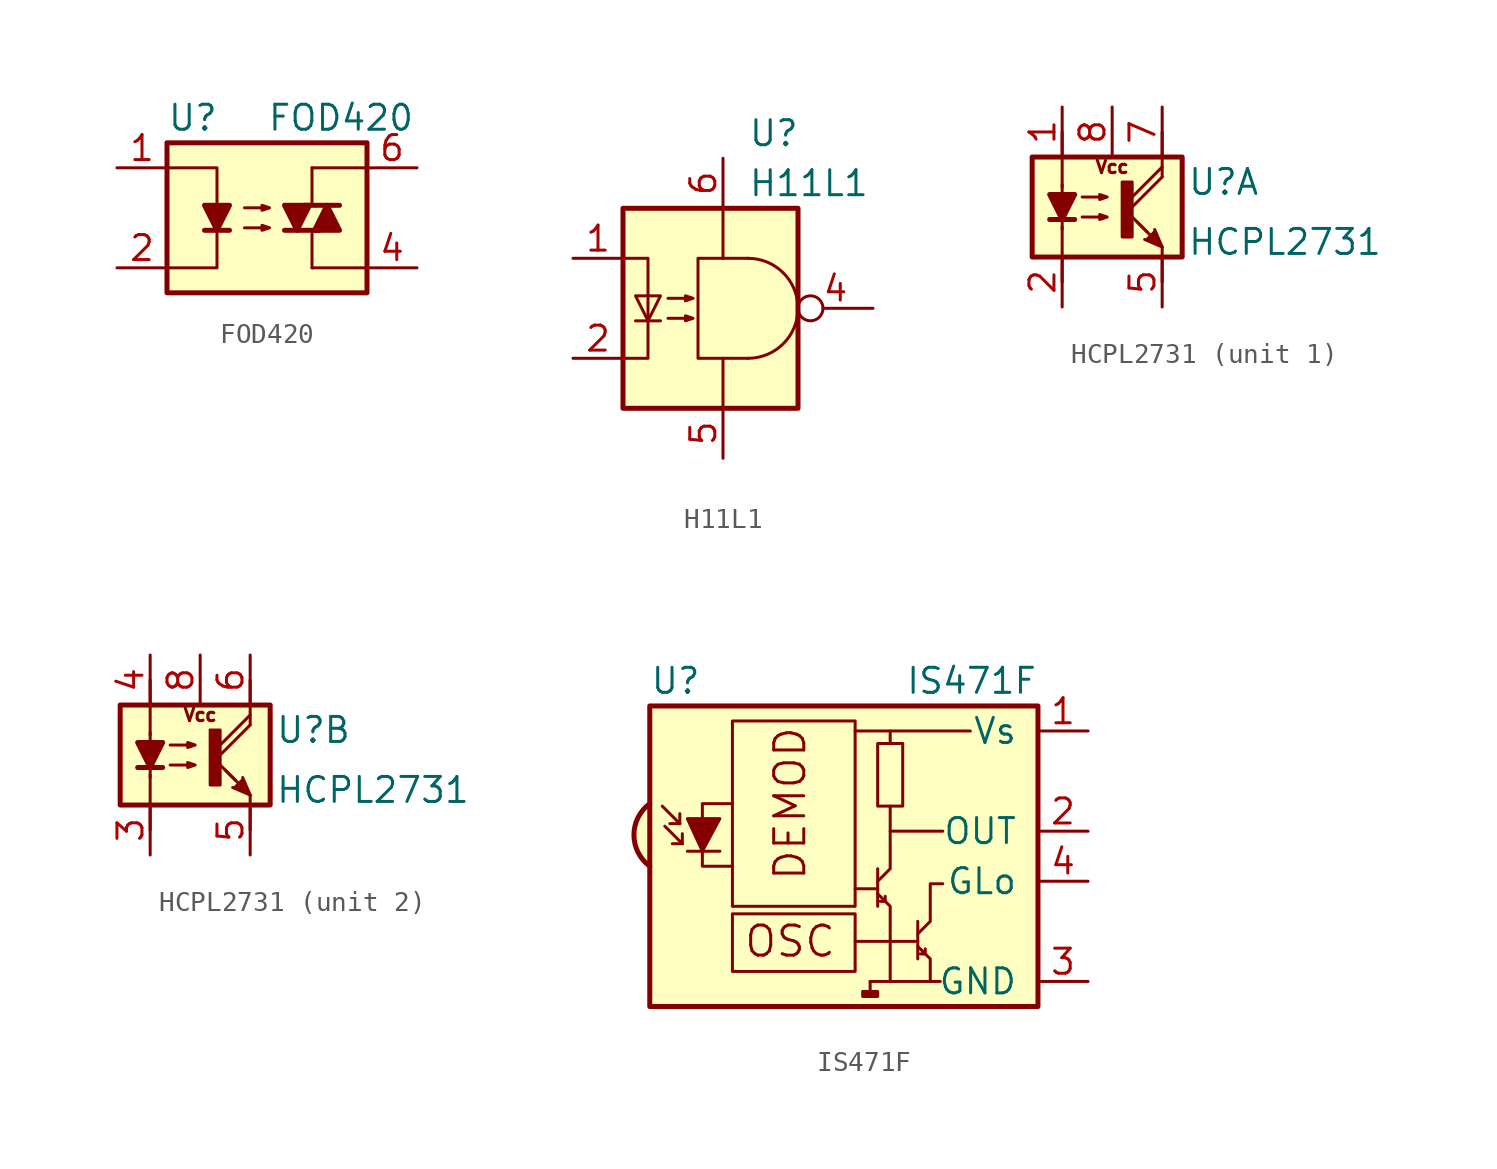
<source format=kicad_sym>
(kicad_symbol_lib
  (version 20211014)
  (generator kicad_symbol_editor)
  (symbol "FOD420"
    (pin_names
      (offset 1.016))
    (property "Reference" "U"
      (at -5.08 5.08 0)
      (effects (font (size 1.27 1.27)) (justify left)))
    (property "Value" "FOD420"
      (at 0 5.08 0)
      (effects (font (size 1.27 1.27)) (justify left)))
    (symbol "FOD420_0_1"
      (rectangle (start -5.08 3.81) (end 5.08 -3.81) (stroke (width 0.254) (type default) (color 0 0 0 0)) (fill (type background)))
      (polyline (pts (xy -3.175 -0.635) (xy -1.905 -0.635)) (stroke (width 0.254) (type default) (color 0 0 0 0)) (fill (type none)))
      (polyline (pts (xy 1.905 0.635) (xy 3.683 0.635)) (stroke (width 0.254) (type default) (color 0 0 0 0)) (fill (type none)))
      (polyline (pts (xy 2.286 -2.54) (xy 2.286 -0.635)) (stroke (width 0) (type default) (color 0 0 0 0)) (fill (type none)))
      (polyline (pts (xy 2.286 -2.54) (xy 5.08 -2.54)) (stroke (width 0) (type default) (color 0 0 0 0)) (fill (type none)))
      (polyline (pts (xy 2.286 2.54) (xy 2.286 0.635)) (stroke (width 0) (type default) (color 0 0 0 0)) (fill (type none)))
      (polyline (pts (xy 2.286 2.54) (xy 5.08 2.54)) (stroke (width 0) (type default) (color 0 0 0 0)) (fill (type none)))
      (polyline (pts (xy 2.667 -0.635) (xy 0.889 -0.635)) (stroke (width 0.254) (type default) (color 0 0 0 0)) (fill (type none)))
      (polyline (pts (xy -5.08 2.54) (xy -2.54 2.54) (xy -2.54 0.635)) (stroke (width 0) (type default) (color 0 0 0 0)) (fill (type none)))
      (polyline (pts (xy -2.54 -0.635) (xy -2.54 -2.54) (xy -5.08 -2.54)) (stroke (width 0) (type default) (color 0 0 0 0)) (fill (type none)))
      (polyline (pts (xy -2.54 -0.635) (xy -3.175 0.635) (xy -1.905 0.635) (xy -2.54 -0.635)) (stroke (width 0.254) (type default) (color 0 0 0 0)) (fill (type outline)))
      (polyline (pts (xy 1.524 -0.635) (xy 2.159 0.635) (xy 0.889 0.635) (xy 1.524 -0.635)) (stroke (width 0.254) (type default) (color 0 0 0 0)) (fill (type outline)))
      (polyline (pts (xy 3.048 0.635) (xy 2.413 -0.635) (xy 3.683 -0.635) (xy 3.048 0.635)) (stroke (width 0.254) (type default) (color 0 0 0 0)) (fill (type outline)))
      (polyline (pts (xy -1.143 -0.508) (xy 0.127 -0.508) (xy -0.254 -0.635) (xy -0.254 -0.381) (xy 0.127 -0.508)) (stroke (width 0) (type default) (color 0 0 0 0)) (fill (type none)))
      (polyline (pts (xy -1.143 0.508) (xy 0.127 0.508) (xy -0.254 0.381) (xy -0.254 0.635) (xy 0.127 0.508)) (stroke (width 0) (type default) (color 0 0 0 0)) (fill (type none))))
    (symbol "FOD420_1_1"
      (pin passive line (at -7.62 2.54 0) (length 2.54) (name "~" (effects (font (size 1.27 1.27)))) (number "1" (effects (font (size 1.27 1.27)))))
      (pin passive line (at -7.62 -2.54 0) (length 2.54) (name "~" (effects (font (size 1.27 1.27)))) (number "2" (effects (font (size 1.27 1.27)))))
      (pin no_connect line (at -7.62 0 0) (length 2.54) hide (name "NC" (effects (font (size 1.27 1.27)))) (number "3" (effects (font (size 1.27 1.27)))))
      (pin passive line (at 7.62 -2.54 180) (length 2.54) (name "~" (effects (font (size 1.27 1.27)))) (number "4" (effects (font (size 1.27 1.27)))))
      (pin no_connect line (at 7.62 0 180) (length 2.54) hide (name "NC" (effects (font (size 1.27 1.27)))) (number "5" (effects (font (size 1.27 1.27)))))
      (pin passive line (at 7.62 2.54 180) (length 2.54) (name "~" (effects (font (size 1.27 1.27)))) (number "6" (effects (font (size 1.27 1.27)))))))
  (symbol "H11L1"
    (pin_names
      (offset 1.016))
    (property "Reference" "U"
      (at 1.27 8.89 0)
      (effects (font (size 1.27 1.27)) (justify left)))
    (property "Value" "H11L1"
      (at 1.27 6.35 0)
      (effects (font (size 1.27 1.27)) (justify left)))
    (symbol "H11L1_0_1"
      (rectangle (start -5.08 5.08) (end 3.81 -5.08) (stroke (width 0.254) (type default) (color 0 0 0 0)) (fill (type background)))
      (polyline (pts (xy -4.445 -0.635) (xy -3.175 -0.635)) (stroke (width 0) (type default) (color 0 0 0 0)) (fill (type none)))
      (polyline (pts (xy 0 2.54) (xy 0 5.08)) (stroke (width 0) (type default) (color 0 0 0 0)) (fill (type none)))
      (polyline (pts (xy 0 -2.54) (xy 0 -5.08) (xy 0 -3.81)) (stroke (width 0) (type default) (color 0 0 0 0)) (fill (type none)))
      (polyline (pts (xy -5.08 -2.54) (xy -3.81 -2.54) (xy -3.81 2.54) (xy -5.08 2.54)) (stroke (width 0) (type default) (color 0 0 0 0)) (fill (type none)))
      (polyline (pts (xy -3.81 -0.635) (xy -4.445 0.635) (xy -3.175 0.635) (xy -3.81 -0.635)) (stroke (width 0) (type default) (color 0 0 0 0)) (fill (type none)))
      (polyline (pts (xy 1.27 -2.54) (xy -1.27 -2.54) (xy -1.27 2.54) (xy 1.27 2.54)) (stroke (width 0) (type default) (color 0 0 0 0)) (fill (type none)))
      (polyline (pts (xy -2.794 -0.508) (xy -1.524 -0.508) (xy -1.905 -0.635) (xy -1.905 -0.381) (xy -1.524 -0.508)) (stroke (width 0) (type default) (color 0 0 0 0)) (fill (type none)))
      (polyline (pts (xy -2.794 0.508) (xy -1.524 0.508) (xy -1.905 0.381) (xy -1.905 0.635) (xy -1.524 0.508)) (stroke (width 0) (type default) (color 0 0 0 0)) (fill (type none)))
      (arc (start 1.27 -2.54) (mid 3.81 0) (end 1.27 2.54) (stroke (width 0) (type default) (color 0 0 0 0)) (fill (type none))))
    (symbol "H11L1_1_1"
      (pin passive line (at -7.62 2.54 0) (length 2.54) (name "~" (effects (font (size 1.27 1.27)))) (number "1" (effects (font (size 1.27 1.27)))))
      (pin passive line (at -7.62 -2.54 0) (length 2.54) (name "~" (effects (font (size 1.27 1.27)))) (number "2" (effects (font (size 1.27 1.27)))))
      (pin no_connect line (at -7.62 0 0) (length 2.54) hide (name "~" (effects (font (size 1.27 1.27)))) (number "3" (effects (font (size 1.27 1.27)))))
      (pin output inverted (at 7.62 0 180) (length 3.81) (name "~" (effects (font (size 1.27 1.27)))) (number "4" (effects (font (size 1.27 1.27)))))
      (pin power_in line (at 0 -7.62 90) (length 2.54) (name "~" (effects (font (size 1.27 1.27)))) (number "5" (effects (font (size 1.27 1.27)))))
      (pin power_in line (at 0 7.62 270) (length 2.54) (name "~" (effects (font (size 1.27 1.27)))) (number "6" (effects (font (size 1.27 1.27)))))))
  (symbol "HCPL2731"
    (pin_names
      (offset 0.762) hide)
    (property "Reference" "U"
      (at 3.81 1.27 0)
      (effects (font (size 1.27 1.27)) (justify left)))
    (property "Value" "HCPL2731"
      (at 3.81 -1.778 0)
      (effects (font (size 1.27 1.27)) (justify left)))
    (symbol "HCPL2731_0_0"
      (polyline (pts (xy 2.54 -2.032) (xy 2.54 -2.54)) (stroke (width 0) (type default) (color 0 0 0 0)) (fill (type none)))
      (text "Vcc" (at 0 2.032 0) (effects (font (size 0.635 0.635))))
      (pin power_in line (at 0 5.08 270) (length 2.54) (name "VCC" (effects (font (size 1.27 1.27)))) (number "8" (effects (font (size 1.27 1.27))))))
    (symbol "HCPL2731_0_1"
      (rectangle (start -4.064 2.54) (end 3.556 -2.54) (stroke (width 0.254) (type default) (color 0 0 0 0)) (fill (type background)))
      (rectangle (start -2.54 1.143) (end -2.54 -1.143) (stroke (width 0) (type default) (color 0 0 0 0)) (fill (type none)))
      (polyline (pts (xy -3.175 -0.635) (xy -1.905 -0.635)) (stroke (width 0.254) (type default) (color 0 0 0 0)) (fill (type none)))
      (polyline (pts (xy -2.54 -2.54) (xy -2.54 -3.81)) (stroke (width 0) (type default) (color 0 0 0 0)) (fill (type none)))
      (polyline (pts (xy -2.54 -1.016) (xy -2.54 -2.54)) (stroke (width 0) (type default) (color 0 0 0 0)) (fill (type outline)))
      (polyline (pts (xy -2.54 1.016) (xy -2.54 2.54)) (stroke (width 0) (type default) (color 0 0 0 0)) (fill (type outline)))
      (polyline (pts (xy -2.54 3.81) (xy -2.54 2.54)) (stroke (width 0) (type default) (color 0 0 0 0)) (fill (type none)))
      (polyline (pts (xy 0.762 -0.254) (xy 1.778 -1.27)) (stroke (width 0) (type default) (color 0 0 0 0)) (fill (type outline)))
      (polyline (pts (xy 2.54 -2.54) (xy 2.54 -3.81)) (stroke (width 0) (type default) (color 0 0 0 0)) (fill (type none)))
      (polyline (pts (xy 2.54 -2.032) (xy 1.27 -0.762)) (stroke (width 0) (type default) (color 0 0 0 0)) (fill (type none)))
      (polyline (pts (xy 2.54 1.524) (xy 1.016 0)) (stroke (width 0) (type default) (color 0 0 0 0)) (fill (type none)))
      (polyline (pts (xy 2.54 1.524) (xy 2.54 2.54)) (stroke (width 0) (type default) (color 0 0 0 0)) (fill (type none)))
      (polyline (pts (xy 2.54 2.032) (xy 1.016 0.508)) (stroke (width 0) (type default) (color 0 0 0 0)) (fill (type none)))
      (polyline (pts (xy 2.54 3.81) (xy 2.54 2.54)) (stroke (width 0) (type default) (color 0 0 0 0)) (fill (type none)))
      (polyline (pts (xy 1.651 -1.651) (xy 2.54 -2.032) (xy 2.159 -1.143)) (stroke (width 0) (type default) (color 0 0 0 0)) (fill (type outline)))
      (polyline (pts (xy -2.54 -0.635) (xy -3.175 0.635) (xy -1.905 0.635) (xy -2.54 -0.635)) (stroke (width 0.254) (type default) (color 0 0 0 0)) (fill (type outline)))
      (polyline (pts (xy -1.524 -0.508) (xy -0.254 -0.508) (xy -0.635 -0.381) (xy -0.635 -0.635) (xy -0.254 -0.508)) (stroke (width 0) (type default) (color 0 0 0 0)) (fill (type none)))
      (polyline (pts (xy -1.524 0.508) (xy -0.254 0.508) (xy -0.635 0.635) (xy -0.635 0.381) (xy -0.254 0.508)) (stroke (width 0) (type default) (color 0 0 0 0)) (fill (type none)))
      (rectangle (start 1.016 -1.524) (end 0.508 1.27) (stroke (width 0) (type default) (color 0 0 0 0)) (fill (type outline))))
    (symbol "HCPL2731_1_1"
      (pin passive line (at -2.54 5.08 270) (length 2.54) (name "ANODE" (effects (font (size 1.27 1.27)))) (number "1" (effects (font (size 1.27 1.27)))))
      (pin passive line (at -2.54 -5.08 90) (length 2.54) (name "CATHODE" (effects (font (size 1.27 1.27)))) (number "2" (effects (font (size 1.27 1.27)))))
      (pin passive line (at 2.54 -5.08 90) (length 2.54) (name "EMITTER" (effects (font (size 1.27 1.27)))) (number "5" (effects (font (size 1.27 1.27)))))
      (pin passive line (at 2.54 5.08 270) (length 2.54) (name "COLLECTOR" (effects (font (size 1.27 1.27)))) (number "7" (effects (font (size 1.27 1.27))))))
    (symbol "HCPL2731_2_1"
      (pin passive line (at -2.54 -5.08 90) (length 2.54) (name "CATHODE" (effects (font (size 1.27 1.27)))) (number "3" (effects (font (size 1.27 1.27)))))
      (pin passive line (at -2.54 5.08 270) (length 2.54) (name "ANODE" (effects (font (size 1.27 1.27)))) (number "4" (effects (font (size 1.27 1.27)))))
      (pin passive line (at 2.54 -5.08 90) (length 2.54) (name "EMITTER" (effects (font (size 1.27 1.27)))) (number "5" (effects (font (size 1.27 1.27)))))
      (pin passive line (at 2.54 5.08 270) (length 2.54) (name "COLLECTOR" (effects (font (size 1.27 1.27)))) (number "6" (effects (font (size 1.27 1.27)))))))
  (symbol "IS471F"
    (pin_names
      (offset 1.016))
    (property "Reference" "U"
      (at -12.065 7.62 0)
      (effects (font (size 1.27 1.27)) (justify left)))
    (property "Value" "IS471F"
      (at 7.62 7.62 0)
      (effects (font (size 1.27 1.27)) (justify right)))
    (symbol "IS471F_0_0"
      (arc (start -12.065 1.397) (mid -12.8679 -0.1852) (end -12.065 -1.778) (stroke (width 0.254) (type default) (color 0 0 0 0)) (fill (type background)))
      (rectangle (start -7.874 -4.191) (end -1.651 -7.112) (stroke (width 0) (type default) (color 0 0 0 0)) (fill (type none)))
      (rectangle (start -1.27 -8.128) (end -0.508 -8.382) (stroke (width 0) (type default) (color 0 0 0 0)) (fill (type outline)))
      (polyline (pts (xy -0.889 -7.62) (xy -0.889 -8.128)) (stroke (width 0) (type default) (color 0 0 0 0)) (fill (type none)))
      (polyline (pts (xy 0.127 5.08) (xy -1.651 5.08)) (stroke (width 0) (type default) (color 0 0 0 0)) (fill (type none)))
      (polyline (pts (xy 2.667 -7.62) (xy -0.889 -7.62)) (stroke (width 0) (type default) (color 0 0 0 0)) (fill (type none)))
      (polyline (pts (xy -0.508 -3.175) (xy 0.127 -3.81) (xy 0.127 -7.62)) (stroke (width 0) (type default) (color 0 0 0 0)) (fill (type none)))
      (polyline (pts (xy 1.524 -5.842) (xy 2.159 -6.477) (xy 2.159 -7.62)) (stroke (width 0) (type default) (color 0 0 0 0)) (fill (type none)))
      (text "DEMOD" (at -4.953 1.397 900) (effects (font (size 1.524 1.524))))
      (text "OSC" (at -4.953 -5.588 0) (effects (font (size 1.524 1.524)))))
    (symbol "IS471F_0_1"
      (rectangle (start -7.874 5.588) (end -1.651 -3.81) (stroke (width 0) (type default) (color 0 0 0 0)) (fill (type none)))
      (polyline (pts (xy -10.541 0.381) (xy -11.43 1.27)) (stroke (width 0) (type default) (color 0 0 0 0)) (fill (type none)))
      (polyline (pts (xy -10.541 0.381) (xy -11.049 0.381)) (stroke (width 0) (type default) (color 0 0 0 0)) (fill (type none)))
      (polyline (pts (xy -10.541 0.381) (xy -10.541 0.889)) (stroke (width 0) (type default) (color 0 0 0 0)) (fill (type none)))
      (polyline (pts (xy -10.414 -0.635) (xy -11.303 0.254)) (stroke (width 0) (type default) (color 0 0 0 0)) (fill (type none)))
      (polyline (pts (xy -10.414 -0.635) (xy -10.922 -0.635)) (stroke (width 0) (type default) (color 0 0 0 0)) (fill (type none)))
      (polyline (pts (xy -10.414 -0.635) (xy -10.414 -0.127)) (stroke (width 0) (type default) (color 0 0 0 0)) (fill (type none)))
      (polyline (pts (xy -10.16 -1.016) (xy -8.509 -1.016)) (stroke (width 0) (type default) (color 0 0 0 0)) (fill (type none)))
      (polyline (pts (xy -0.508 -2.921) (xy -1.651 -2.921)) (stroke (width 0) (type default) (color 0 0 0 0)) (fill (type none)))
      (polyline (pts (xy -0.508 -1.905) (xy -0.508 -3.81)) (stroke (width 0) (type default) (color 0 0 0 0)) (fill (type none)))
      (polyline (pts (xy -0.381 -3.556) (xy -0.254 -3.556)) (stroke (width 0) (type default) (color 0 0 0 0)) (fill (type none)))
      (polyline (pts (xy -0.127 -3.556) (xy -0.254 -3.556)) (stroke (width 0) (type default) (color 0 0 0 0)) (fill (type none)))
      (polyline (pts (xy -0.127 -3.556) (xy -0.127 -3.302)) (stroke (width 0) (type default) (color 0 0 0 0)) (fill (type none)))
      (polyline (pts (xy 0.127 0) (xy 0.127 1.27)) (stroke (width 0) (type default) (color 0 0 0 0)) (fill (type none)))
      (polyline (pts (xy 1.524 -5.588) (xy -1.651 -5.588)) (stroke (width 0) (type default) (color 0 0 0 0)) (fill (type none)))
      (polyline (pts (xy 1.524 -4.572) (xy 1.524 -6.477)) (stroke (width 0) (type default) (color 0 0 0 0)) (fill (type none)))
      (polyline (pts (xy 1.651 -6.223) (xy 1.778 -6.223)) (stroke (width 0) (type default) (color 0 0 0 0)) (fill (type none)))
      (polyline (pts (xy 1.905 -6.223) (xy 1.778 -6.223)) (stroke (width 0) (type default) (color 0 0 0 0)) (fill (type none)))
      (polyline (pts (xy 1.905 -6.223) (xy 1.905 -5.969)) (stroke (width 0) (type default) (color 0 0 0 0)) (fill (type none)))
      (polyline (pts (xy 0.127 4.445) (xy 0.127 5.08) (xy 4.191 5.08)) (stroke (width 0) (type default) (color 0 0 0 0)) (fill (type none)))
      (polyline (pts (xy -10.16 0.635) (xy -8.509 0.635) (xy -9.398 -1.016) (xy -10.16 0.635)) (stroke (width 0) (type default) (color 0 0 0 0)) (fill (type outline)))
      (polyline (pts (xy -7.874 1.397) (xy -9.398 1.397) (xy -9.398 -1.778) (xy -7.874 -1.778)) (stroke (width 0) (type default) (color 0 0 0 0)) (fill (type none)))
      (polyline (pts (xy -0.508 -2.54) (xy 0.127 -1.905) (xy 0.127 0) (xy 2.794 0)) (stroke (width 0) (type default) (color 0 0 0 0)) (fill (type none)))
      (polyline (pts (xy 1.524 -5.207) (xy 2.159 -4.572) (xy 2.159 -2.667) (xy 2.794 -2.667)) (stroke (width 0) (type default) (color 0 0 0 0)) (fill (type none)))
      (rectangle (start 0.762 1.27) (end -0.508 4.445) (stroke (width 0) (type default) (color 0 0 0 0)) (fill (type none)))
      (rectangle (start 7.62 6.35) (end -12.065 -8.89) (stroke (width 0.254) (type default) (color 0 0 0 0)) (fill (type background))))
    (symbol "IS471F_1_1"
      (pin power_in line (at 10.16 5.08 180) (length 2.54) (name "Vs" (effects (font (size 1.27 1.27)))) (number "1" (effects (font (size 1.27 1.27)))))
      (pin output line (at 10.16 0 180) (length 2.54) (name "OUT" (effects (font (size 1.27 1.27)))) (number "2" (effects (font (size 1.27 1.27)))))
      (pin power_in line (at 10.16 -7.62 180) (length 2.54) (name "GND" (effects (font (size 1.27 1.27)))) (number "3" (effects (font (size 1.27 1.27)))))
      (pin open_collector line (at 10.16 -2.54 180) (length 2.54) (name "GLo" (effects (font (size 1.27 1.27)))) (number "4" (effects (font (size 1.27 1.27))))))))
</source>
